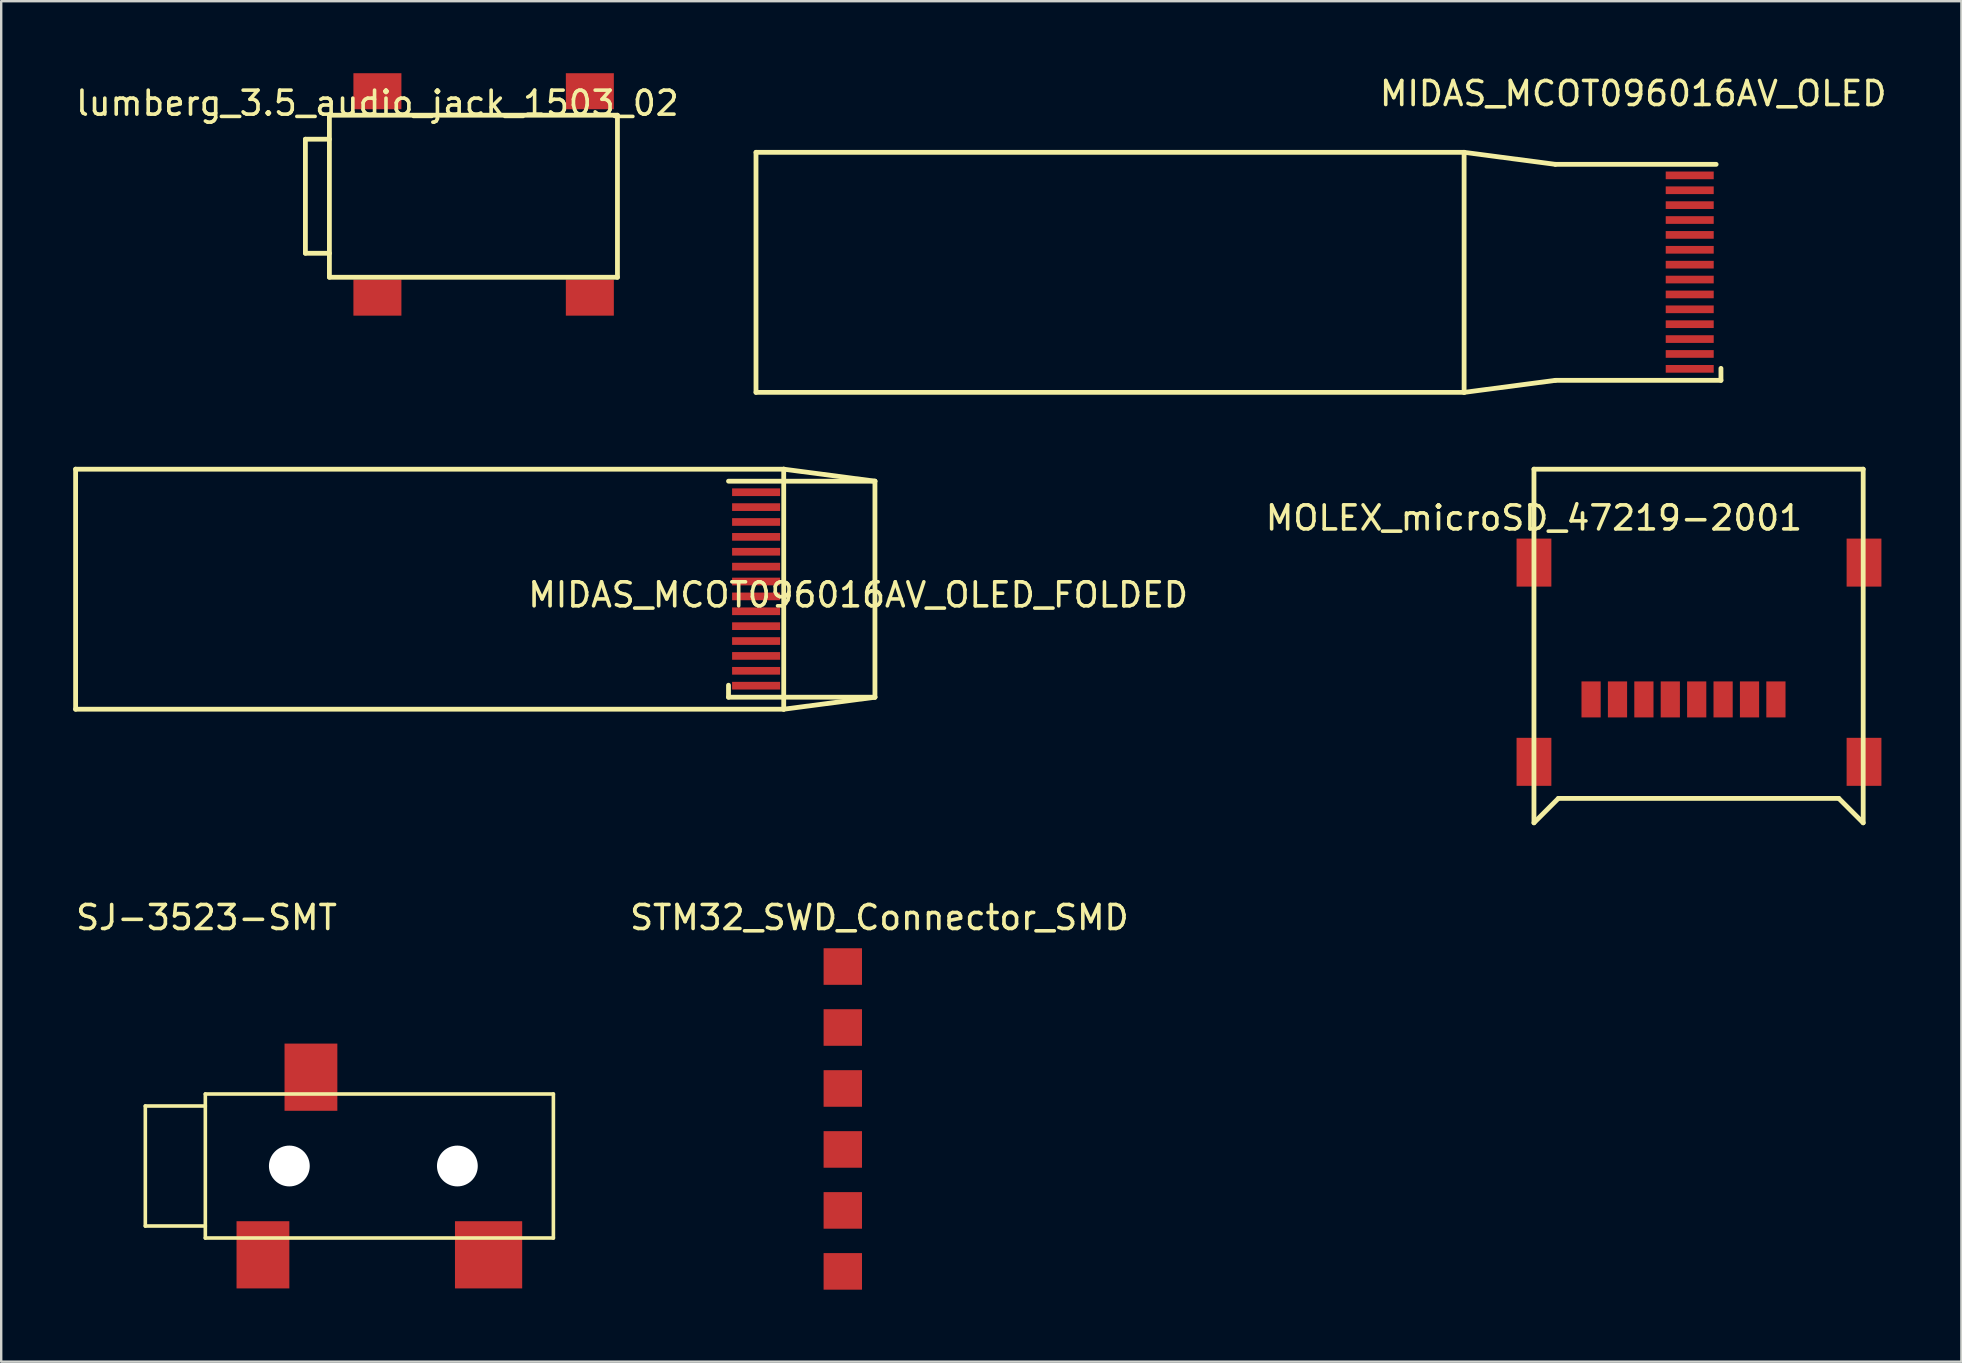
<source format=kicad_pcb>
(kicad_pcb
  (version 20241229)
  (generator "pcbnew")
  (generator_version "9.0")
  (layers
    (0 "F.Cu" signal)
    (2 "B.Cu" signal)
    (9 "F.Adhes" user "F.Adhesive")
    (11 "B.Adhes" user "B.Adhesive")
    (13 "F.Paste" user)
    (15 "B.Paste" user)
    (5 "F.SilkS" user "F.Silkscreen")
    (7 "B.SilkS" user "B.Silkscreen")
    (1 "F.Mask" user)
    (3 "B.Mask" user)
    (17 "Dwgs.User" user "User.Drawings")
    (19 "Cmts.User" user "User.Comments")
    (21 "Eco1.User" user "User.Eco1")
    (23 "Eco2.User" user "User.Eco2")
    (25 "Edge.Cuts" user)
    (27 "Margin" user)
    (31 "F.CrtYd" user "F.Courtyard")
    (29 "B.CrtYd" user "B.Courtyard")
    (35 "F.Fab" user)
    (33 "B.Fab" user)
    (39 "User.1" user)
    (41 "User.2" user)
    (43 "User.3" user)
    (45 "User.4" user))
  (footprint "lumberg_3.5_audio_jack_1503_02"
    (layer "F.Cu")
    (at 12.673 0.75)
    (property "Reference" "lumberg_3.5_audio_jack_1503_02" (at 0 0.5 0) (layer "F.SilkS") (effects (font (size 1 1) (thickness 0.15))))
    (attr through_hole)
    (fp_line (start -3 2) (end -3 6.75) (stroke (width 0.2) (type solid)) (layer "F.SilkS"))
    (fp_line (start -3 6.75) (end -2 6.75) (stroke (width 0.2) (type solid)) (layer "F.SilkS"))
    (fp_line (start -2 1) (end -2 7.75) (stroke (width 0.2) (type solid)) (layer "F.SilkS"))
    (fp_line (start -2 2) (end -3 2) (stroke (width 0.2) (type solid)) (layer "F.SilkS"))
    (fp_line (start -2 7.75) (end 10 7.75) (stroke (width 0.2) (type solid)) (layer "F.SilkS"))
    (fp_line (start 10 1) (end -2 1) (stroke (width 0.2) (type solid)) (layer "F.SilkS"))
    (fp_line (start 10 7.75) (end 10 1) (stroke (width 0.2) (type solid)) (layer "F.SilkS"))
    (pad "1" smd rect (at 8.85 0) (size 2 1.5) (layers "F.Cu" "F.Mask" "F.Paste"))
    (pad "2" smd rect (at 0 0) (size 2 1.5) (layers "F.Cu" "F.Mask" "F.Paste"))
    (pad "2" smd rect (at 0 8.6) (size 2 1.5) (layers "F.Cu" "F.Mask" "F.Paste"))
    (pad "3" smd rect (at 8.85 8.6) (size 2 1.5) (layers "F.Cu" "F.Mask" "F.Paste")))
  (footprint "MIDAS_MCOT096016AV_OLED_FOLDED"
    (layer "F.Cu")
    (at 40.2 17.096)
    (property "Reference" "MIDAS_MCOT096016AV_OLED_FOLDED" (at -7.5 4.637 0) (layer "F.SilkS") (effects (font (size 1 1) (thickness 0.15))))
    (attr through_hole)
    (fp_line (start -40.1 -0.6) (end -40.1 9.4) (stroke (width 0.2) (type solid)) (layer "F.SilkS"))
    (fp_line (start -40.1 -0.6) (end -10.6 -0.6) (stroke (width 0.2) (type solid)) (layer "F.SilkS"))
    (fp_line (start -12.9 8.9) (end -12.9 8.4) (stroke (width 0.2) (type solid)) (layer "F.SilkS"))
    (fp_line (start -10.6 -0.6) (end -10.6 9.4) (stroke (width 0.2) (type solid)) (layer "F.SilkS"))
    (fp_line (start -10.6 9.4) (end -40.1 9.4) (stroke (width 0.2) (type solid)) (layer "F.SilkS"))
    (fp_line (start -6.8 -0.1) (end -12.9 -0.1) (stroke (width 0.2) (type solid)) (layer "F.SilkS"))
    (fp_line (start -6.8 -0.1) (end -10.6 -0.6) (stroke (width 0.2) (type solid)) (layer "F.SilkS"))
    (fp_line (start -6.8 8.9) (end -12.9 8.9) (stroke (width 0.2) (type solid)) (layer "F.SilkS"))
    (fp_line (start -6.8 8.9) (end -10.6 9.4) (stroke (width 0.2) (type solid)) (layer "F.SilkS"))
    (fp_line (start -6.8 8.9) (end -6.8 -0.1) (stroke (width 0.2) (type solid)) (layer "F.SilkS"))
    (pad "1" smd rect (at -11.751 8.42 180) (size 2 0.32) (layers "F.Cu" "F.Mask" "F.Paste"))
    (pad "2" smd rect (at -11.751 7.8 180) (size 2 0.32) (layers "F.Cu" "F.Mask" "F.Paste"))
    (pad "3" smd rect (at -11.751 7.18 180) (size 2 0.32) (layers "F.Cu" "F.Mask" "F.Paste"))
    (pad "4" smd rect (at -11.751 6.56 180) (size 2 0.32) (layers "F.Cu" "F.Mask" "F.Paste"))
    (pad "5" smd rect (at -11.751 5.94 180) (size 2 0.32) (layers "F.Cu" "F.Mask" "F.Paste"))
    (pad "6" smd rect (at -11.751 5.32 180) (size 2 0.32) (layers "F.Cu" "F.Mask" "F.Paste"))
    (pad "7" smd rect (at -11.751 4.7 180) (size 2 0.32) (layers "F.Cu" "F.Mask" "F.Paste"))
    (pad "8" smd rect (at -11.751 4.08 180) (size 2 0.32) (layers "F.Cu" "F.Mask" "F.Paste"))
    (pad "9" smd rect (at -11.751 3.46 180) (size 2 0.32) (layers "F.Cu" "F.Mask" "F.Paste"))
    (pad "10" smd rect (at -11.751 2.84 180) (size 2 0.32) (layers "F.Cu" "F.Mask" "F.Paste"))
    (pad "11" smd rect (at -11.751 2.22 180) (size 2 0.32) (layers "F.Cu" "F.Mask" "F.Paste"))
    (pad "12" smd rect (at -11.751 1.6 180) (size 2 0.32) (layers "F.Cu" "F.Mask" "F.Paste"))
    (pad "13" smd rect (at -11.751 0.98 180) (size 2 0.32) (layers "F.Cu" "F.Mask" "F.Paste"))
    (pad "14" smd rect (at -11.751 0.36 180) (size 2 0.32) (layers "F.Cu" "F.Mask" "F.Paste")))
  (footprint "MIDAS_MCOT096016AV_OLED"
    (layer "F.Cu")
    (at 68.545 3.896)
    (property "Reference" "MIDAS_MCOT096016AV_OLED" (at -3.556 -3.048 0) (layer "F.SilkS") (effects (font (size 1 1) (thickness 0.15))))
    (attr through_hole)
    (fp_line (start -40.1 -0.6) (end -40.1 9.4) (stroke (width 0.2) (type solid)) (layer "F.SilkS"))
    (fp_line (start -40.1 -0.6) (end -10.6 -0.6) (stroke (width 0.2) (type solid)) (layer "F.SilkS"))
    (fp_line (start -10.6 -0.6) (end -10.6 9.4) (stroke (width 0.2) (type solid)) (layer "F.SilkS"))
    (fp_line (start -10.6 9.4) (end -40.1 9.4) (stroke (width 0.2) (type solid)) (layer "F.SilkS"))
    (fp_line (start -6.8 -0.1) (end -10.6 -0.6) (stroke (width 0.2) (type solid)) (layer "F.SilkS"))
    (fp_line (start -6.8 8.9) (end -10.6 9.4) (stroke (width 0.2) (type solid)) (layer "F.SilkS"))
    (fp_line (start -0.1 -0.1) (end -6.8 -0.1) (stroke (width 0.2) (type solid)) (layer "F.SilkS"))
    (fp_line (start 0.1 8.9) (end -6.8 8.9) (stroke (width 0.2) (type solid)) (layer "F.SilkS"))
    (fp_line (start 0.1 8.9) (end 0.1 8.4) (stroke (width 0.2) (type solid)) (layer "F.SilkS"))
    (pad "1" smd rect (at -1.201 8.42 180) (size 2 0.32) (layers "F.Cu" "F.Mask" "F.Paste"))
    (pad "2" smd rect (at -1.201 7.8 180) (size 2 0.32) (layers "F.Cu" "F.Mask" "F.Paste"))
    (pad "3" smd rect (at -1.201 7.18 180) (size 2 0.32) (layers "F.Cu" "F.Mask" "F.Paste"))
    (pad "4" smd rect (at -1.201 6.56 180) (size 2 0.32) (layers "F.Cu" "F.Mask" "F.Paste"))
    (pad "5" smd rect (at -1.201 5.94 180) (size 2 0.32) (layers "F.Cu" "F.Mask" "F.Paste"))
    (pad "6" smd rect (at -1.201 5.32 180) (size 2 0.32) (layers "F.Cu" "F.Mask" "F.Paste"))
    (pad "7" smd rect (at -1.201 4.7 180) (size 2 0.32) (layers "F.Cu" "F.Mask" "F.Paste"))
    (pad "8" smd rect (at -1.201 4.08 180) (size 2 0.32) (layers "F.Cu" "F.Mask" "F.Paste"))
    (pad "9" smd rect (at -1.201 3.46 180) (size 2 0.32) (layers "F.Cu" "F.Mask" "F.Paste"))
    (pad "10" smd rect (at -1.201 2.84 180) (size 2 0.32) (layers "F.Cu" "F.Mask" "F.Paste"))
    (pad "11" smd rect (at -1.201 2.22 180) (size 2 0.32) (layers "F.Cu" "F.Mask" "F.Paste"))
    (pad "12" smd rect (at -1.201 1.6 180) (size 2 0.32) (layers "F.Cu" "F.Mask" "F.Paste"))
    (pad "13" smd rect (at -1.201 0.98 180) (size 2 0.32) (layers "F.Cu" "F.Mask" "F.Paste"))
    (pad "14" smd rect (at -1.201 0.36 180) (size 2 0.32) (layers "F.Cu" "F.Mask" "F.Paste")))
  (footprint "STM32_SWD_Connector_SMD"
    (layer "F.Cu")
    (at 33.585 34.676)
    (property "Reference" "STM32_SWD_Connector_SMD" (at 0 0.5 0) (layer "F.SilkS") (effects (font (size 1 1) (thickness 0.15))))
    (attr through_hole)
    (pad "1" smd rect (at -1.524 2.54) (size 1.6 1.524) (layers "F.Cu" "F.Mask" "F.Paste"))
    (pad "2" smd rect (at -1.524 5.08) (size 1.6 1.524) (layers "F.Cu" "F.Mask" "F.Paste"))
    (pad "3" smd rect (at -1.524 7.62) (size 1.6 1.524) (layers "F.Cu" "F.Mask" "F.Paste"))
    (pad "4" smd rect (at -1.524 10.16) (size 1.6 1.524) (layers "F.Cu" "F.Mask" "F.Paste"))
    (pad "5" smd rect (at -1.524 12.7) (size 1.6 1.524) (layers "F.Cu" "F.Mask" "F.Paste"))
    (pad "6" smd rect (at -1.524 15.24) (size 1.6 1.524) (layers "F.Cu" "F.Mask" "F.Paste")))
  (footprint "SJ-3523-SMT"
    (layer "F.Cu")
    (at 9.004 45.526)
    (property "Reference" "SJ-3523-SMT" (at -3.45 -10.35 0) (layer "F.SilkS") (effects (font (size 1 1) (thickness 0.15))))
    (attr through_hole)
    (fp_line (start -6 -2.5) (end -6 2.5) (stroke (width 0.15) (type solid)) (layer "F.SilkS"))
    (fp_line (start -6 2.5) (end -3.5 2.5) (stroke (width 0.15) (type solid)) (layer "F.SilkS"))
    (fp_line (start -3.5 -3) (end -3.5 3) (stroke (width 0.15) (type solid)) (layer "F.SilkS"))
    (fp_line (start -3.5 -2.5) (end -6 -2.5) (stroke (width 0.15) (type solid)) (layer "F.SilkS"))
    (fp_line (start -3.5 3) (end 11 3) (stroke (width 0.15) (type solid)) (layer "F.SilkS"))
    (fp_line (start 11 -3) (end -3.5 -3) (stroke (width 0.15) (type solid)) (layer "F.SilkS"))
    (fp_line (start 11 3) (end 11 -3) (stroke (width 0.15) (type solid)) (layer "F.SilkS"))
    (pad "" np_thru_hole circle (at 0 0) (size 1.7 1.7) (drill 1.7) (layers "*.Cu" "*.Mask"))
    (pad "" np_thru_hole circle (at 7 0) (size 1.7 1.7) (drill 1.7) (layers "*.Cu" "*.Mask"))
    (pad "1" smd rect (at 8.3 3.7) (size 2.8 2.8) (layers "F.Cu" "F.Mask" "F.Paste"))
    (pad "2" smd rect (at -1.1 3.7) (size 2.2 2.8) (layers "F.Cu" "F.Mask" "F.Paste"))
    (pad "3" smd rect (at 0.9 -3.7) (size 2.2 2.8) (layers "F.Cu" "F.Mask" "F.Paste")))
  (footprint "MOLEX_microSD_47219-2001"
    (layer "F.Cu")
    (at 60.855 28.688)
    (property "Reference" "MOLEX_microSD_47219-2001" (at 0 -10.16 0) (layer "F.SilkS") (effects (font (size 1 1) (thickness 0.15))))
    (attr through_hole)
    (fp_line (start 0 -12.192) (end 0 2.54) (stroke (width 0.2) (type solid)) (layer "F.SilkS"))
    (fp_line (start 0 2.54) (end 1.016 1.524) (stroke (width 0.2) (type solid)) (layer "F.SilkS"))
    (fp_line (start 1.016 1.524) (end 12.7 1.524) (stroke (width 0.2) (type solid)) (layer "F.SilkS"))
    (fp_line (start 13.716 -12.192) (end 0 -12.192) (stroke (width 0.2) (type solid)) (layer "F.SilkS"))
    (fp_line (start 13.716 2.54) (end 12.7 1.524) (stroke (width 0.2) (type solid)) (layer "F.SilkS"))
    (fp_line (start 13.716 2.54) (end 13.716 -12.192) (stroke (width 0.2) (type solid)) (layer "F.SilkS"))
    (pad "1" smd rect (at 10.08 -2.6) (size 0.8 1.5) (layers "F.Cu" "F.Mask" "F.Paste"))
    (pad "2" smd rect (at 8.98 -2.6) (size 0.8 1.5) (layers "F.Cu" "F.Mask" "F.Paste"))
    (pad "3" smd rect (at 7.88 -2.6) (size 0.8 1.5) (layers "F.Cu" "F.Mask" "F.Paste"))
    (pad "4" smd rect (at 6.78 -2.6) (size 0.8 1.5) (layers "F.Cu" "F.Mask" "F.Paste"))
    (pad "5" smd rect (at 5.68 -2.6) (size 0.8 1.5) (layers "F.Cu" "F.Mask" "F.Paste"))
    (pad "6" smd rect (at 4.58 -2.6) (size 0.8 1.5) (layers "F.Cu" "F.Mask" "F.Paste"))
    (pad "7" smd rect (at 3.48 -2.6) (size 0.8 1.5) (layers "F.Cu" "F.Mask" "F.Paste"))
    (pad "8" smd rect (at 2.38 -2.6) (size 0.8 1.5) (layers "F.Cu" "F.Mask" "F.Paste"))
    (pad "9" smd rect (at 0 -8.3) (size 1.45 2) (layers "F.Cu" "F.Mask" "F.Paste"))
    (pad "9" smd rect (at 0 0) (size 1.45 2) (layers "F.Cu" "F.Mask" "F.Paste"))
    (pad "9" smd rect (at 13.75 -8.3) (size 1.45 2) (layers "F.Cu" "F.Mask" "F.Paste"))
    (pad "9" smd rect (at 13.75 0) (size 1.45 2) (layers "F.Cu" "F.Mask" "F.Paste")))
  (gr_rect
    (start -3 -3)
    (end 78.662 53.678)
    (stroke (width 0.1) (type default))
    (fill no)
    (layer "Edge.Cuts")))
</source>
